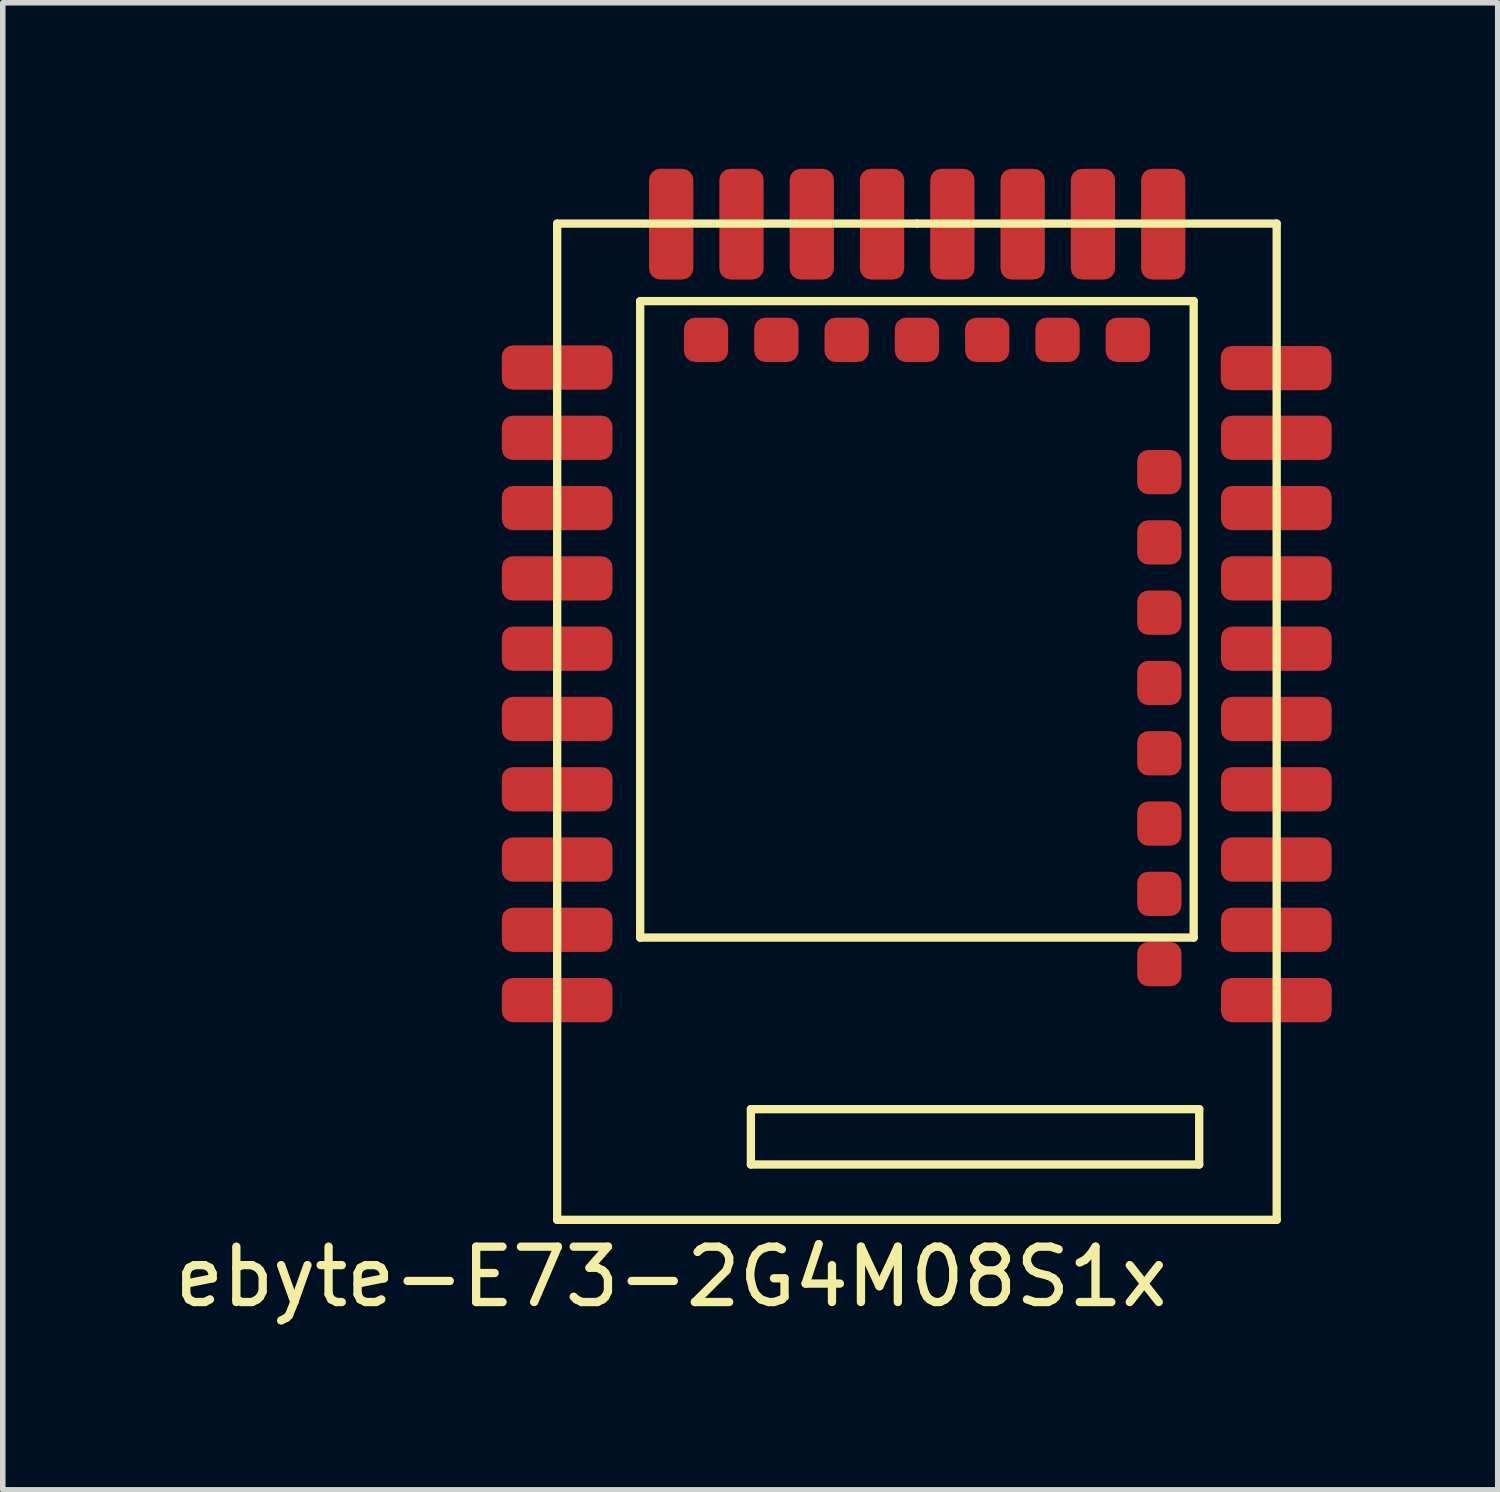
<source format=kicad_pcb>
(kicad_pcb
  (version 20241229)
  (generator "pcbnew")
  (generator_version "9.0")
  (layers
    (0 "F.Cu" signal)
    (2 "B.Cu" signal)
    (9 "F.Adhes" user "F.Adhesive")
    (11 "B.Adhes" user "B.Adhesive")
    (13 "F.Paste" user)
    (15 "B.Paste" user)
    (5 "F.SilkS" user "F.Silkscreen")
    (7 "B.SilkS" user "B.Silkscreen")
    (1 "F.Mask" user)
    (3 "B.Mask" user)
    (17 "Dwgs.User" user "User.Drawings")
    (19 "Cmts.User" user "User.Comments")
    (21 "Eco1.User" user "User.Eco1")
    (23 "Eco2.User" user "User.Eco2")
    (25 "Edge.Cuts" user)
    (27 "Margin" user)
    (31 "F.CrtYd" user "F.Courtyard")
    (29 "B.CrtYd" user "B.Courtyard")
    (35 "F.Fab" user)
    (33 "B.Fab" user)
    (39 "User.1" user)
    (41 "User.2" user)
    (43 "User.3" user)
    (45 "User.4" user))
  (footprint "ebyte-E73-2G4M08S1x"
    (layer "F.Cu")
    (at 13.517 9.99)
    (property "Reference" "ebyte-E73-2G4M08S1x" (at -4.44 10.03 0) (layer "F.SilkS") (effects (font (size 1 1) (thickness 0.15))))
    (attr through_hole)
    (fp_line (start -6.5 -9) (end -6.5 9) (stroke (width 0.15) (type solid)) (layer "F.SilkS"))
    (fp_line (start -6.5 9) (end 6.5 9) (stroke (width 0.15) (type solid)) (layer "F.SilkS"))
    (fp_line (start -5 -7.6) (end 5 -7.6) (stroke (width 0.15) (type solid)) (layer "F.SilkS"))
    (fp_line (start -5 3.9) (end -5 -7.6) (stroke (width 0.15) (type solid)) (layer "F.SilkS"))
    (fp_line (start -3 7) (end -3 8) (stroke (width 0.15) (type solid)) (layer "F.SilkS"))
    (fp_line (start -3 8) (end 5.1 8) (stroke (width 0.15) (type solid)) (layer "F.SilkS"))
    (fp_line (start 0 -9) (end -6.5 -9) (stroke (width 0.15) (type solid)) (layer "F.SilkS"))
    (fp_line (start 5 -7.6) (end 5 3.9) (stroke (width 0.15) (type solid)) (layer "F.SilkS"))
    (fp_line (start 5 3.9) (end -5 3.9) (stroke (width 0.15) (type solid)) (layer "F.SilkS"))
    (fp_line (start 5.1 7) (end -3 7) (stroke (width 0.15) (type solid)) (layer "F.SilkS"))
    (fp_line (start 5.1 8) (end 5.1 7) (stroke (width 0.15) (type solid)) (layer "F.SilkS"))
    (fp_line (start 6.5 -9) (end 0 -9) (stroke (width 0.15) (type solid)) (layer "F.SilkS"))
    (fp_line (start 6.5 9) (end 6.5 -9) (stroke (width 0.15) (type solid)) (layer "F.SilkS"))
    (pad "1" smd roundrect (at -6.5 5.03) (size 2 0.8) (layers "F.Cu" "F.Mask" "F.Paste") (roundrect_rratio 0.25))
    (pad "2" smd roundrect (at -6.5 3.76) (size 2 0.8) (layers "F.Cu" "F.Mask" "F.Paste") (roundrect_rratio 0.25))
    (pad "3" smd roundrect (at -6.5 2.49) (size 2 0.8) (layers "F.Cu" "F.Mask" "F.Paste") (roundrect_rratio 0.25))
    (pad "4" smd roundrect (at -6.5 1.22) (size 2 0.8) (layers "F.Cu" "F.Mask" "F.Paste") (roundrect_rratio 0.25))
    (pad "5" smd roundrect (at -6.5 -0.05) (size 2 0.8) (layers "F.Cu" "F.Mask" "F.Paste") (roundrect_rratio 0.25))
    (pad "6" smd roundrect (at -6.5 -1.32) (size 2 0.8) (layers "F.Cu" "F.Mask" "F.Paste") (roundrect_rratio 0.25))
    (pad "7" smd roundrect (at -6.5 -2.59) (size 2 0.8) (layers "F.Cu" "F.Mask" "F.Paste") (roundrect_rratio 0.25))
    (pad "8" smd roundrect (at -6.5 -3.86) (size 2 0.8) (layers "F.Cu" "F.Mask" "F.Paste") (roundrect_rratio 0.25))
    (pad "9" smd roundrect (at -6.5 -5.13) (size 2 0.8) (layers "F.Cu" "F.Mask" "F.Paste") (roundrect_rratio 0.25))
    (pad "10" smd roundrect (at -6.5 -6.4) (size 2 0.8) (layers "F.Cu" "F.Mask" "F.Paste") (roundrect_rratio 0.25))
    (pad "11" smd roundrect (at -4.44 -8.99 90) (size 2 0.8) (layers "F.Cu" "F.Mask" "F.Paste") (roundrect_rratio 0.25))
    (pad "12" smd roundrect (at -3.81 -6.9 90) (size 0.8 0.8) (layers "F.Cu" "F.Mask" "F.Paste") (roundrect_rratio 0.25))
    (pad "13" smd roundrect (at -3.17 -8.99 90) (size 2 0.8) (layers "F.Cu" "F.Mask" "F.Paste") (roundrect_rratio 0.25))
    (pad "14" smd roundrect (at -2.54 -6.9 90) (size 0.8 0.8) (layers "F.Cu" "F.Mask" "F.Paste") (roundrect_rratio 0.25))
    (pad "15" smd roundrect (at -1.9 -8.99 90) (size 2 0.8) (layers "F.Cu" "F.Mask" "F.Paste") (roundrect_rratio 0.25))
    (pad "16" smd roundrect (at -1.27 -6.9 90) (size 0.8 0.8) (layers "F.Cu" "F.Mask" "F.Paste") (roundrect_rratio 0.25))
    (pad "17" smd roundrect (at -0.63 -8.99 90) (size 2 0.8) (layers "F.Cu" "F.Mask" "F.Paste") (roundrect_rratio 0.25))
    (pad "18" smd roundrect (at 0 -6.9 90) (size 0.8 0.8) (layers "F.Cu" "F.Mask" "F.Paste") (roundrect_rratio 0.25))
    (pad "19" smd roundrect (at 0.64 -8.99 90) (size 2 0.8) (layers "F.Cu" "F.Mask" "F.Paste") (roundrect_rratio 0.25))
    (pad "20" smd roundrect (at 1.27 -6.9 90) (size 0.8 0.8) (layers "F.Cu" "F.Mask" "F.Paste") (roundrect_rratio 0.25))
    (pad "21" smd roundrect (at 1.91 -8.99 90) (size 2 0.8) (layers "F.Cu" "F.Mask" "F.Paste") (roundrect_rratio 0.25))
    (pad "22" smd roundrect (at 2.54 -6.9 90) (size 0.8 0.8) (layers "F.Cu" "F.Mask" "F.Paste") (roundrect_rratio 0.25))
    (pad "23" smd roundrect (at 3.18 -8.99 90) (size 2 0.8) (layers "F.Cu" "F.Mask" "F.Paste") (roundrect_rratio 0.25))
    (pad "24" smd roundrect (at 3.81 -6.9 90) (size 0.8 0.8) (layers "F.Cu" "F.Mask" "F.Paste") (roundrect_rratio 0.25))
    (pad "25" smd roundrect (at 4.45 -8.99 90) (size 2 0.8) (layers "F.Cu" "F.Mask" "F.Paste") (roundrect_rratio 0.25))
    (pad "26" smd roundrect (at 6.49 -6.39) (size 2 0.8) (layers "F.Cu" "F.Mask" "F.Paste") (roundrect_rratio 0.25))
    (pad "27" smd roundrect (at 6.494 -5.13) (size 2 0.8) (layers "F.Cu" "F.Mask" "F.Paste") (roundrect_rratio 0.25))
    (pad "28" smd roundrect (at 4.38 -4.51 90) (size 0.8 0.8) (layers "F.Cu" "F.Mask" "F.Paste") (roundrect_rratio 0.25))
    (pad "29" smd roundrect (at 6.494 -3.86) (size 2 0.8) (layers "F.Cu" "F.Mask" "F.Paste") (roundrect_rratio 0.25))
    (pad "30" smd roundrect (at 4.38 -3.24 90) (size 0.8 0.8) (layers "F.Cu" "F.Mask" "F.Paste") (roundrect_rratio 0.25))
    (pad "31" smd roundrect (at 6.494 -2.59) (size 2 0.8) (layers "F.Cu" "F.Mask" "F.Paste") (roundrect_rratio 0.25))
    (pad "32" smd roundrect (at 4.38 -1.97 90) (size 0.8 0.8) (layers "F.Cu" "F.Mask" "F.Paste") (roundrect_rratio 0.25))
    (pad "33" smd roundrect (at 6.494 -1.32) (size 2 0.8) (layers "F.Cu" "F.Mask" "F.Paste") (roundrect_rratio 0.25))
    (pad "34" smd roundrect (at 4.38 -0.7 90) (size 0.8 0.8) (layers "F.Cu" "F.Mask" "F.Paste") (roundrect_rratio 0.25))
    (pad "35" smd roundrect (at 6.494 -0.05) (size 2 0.8) (layers "F.Cu" "F.Mask" "F.Paste") (roundrect_rratio 0.25))
    (pad "36" smd roundrect (at 4.38 0.57 90) (size 0.8 0.8) (layers "F.Cu" "F.Mask" "F.Paste") (roundrect_rratio 0.25))
    (pad "37" smd roundrect (at 6.494 1.22) (size 2 0.8) (layers "F.Cu" "F.Mask" "F.Paste") (roundrect_rratio 0.25))
    (pad "38" smd roundrect (at 4.38 1.84 90) (size 0.8 0.8) (layers "F.Cu" "F.Mask" "F.Paste") (roundrect_rratio 0.25))
    (pad "39" smd roundrect (at 6.494 2.49) (size 2 0.8) (layers "F.Cu" "F.Mask" "F.Paste") (roundrect_rratio 0.25))
    (pad "40" smd roundrect (at 4.38 3.11 90) (size 0.8 0.8) (layers "F.Cu" "F.Mask" "F.Paste") (roundrect_rratio 0.25))
    (pad "41" smd roundrect (at 6.494 3.76) (size 2 0.8) (layers "F.Cu" "F.Mask" "F.Paste") (roundrect_rratio 0.25))
    (pad "42" smd roundrect (at 4.38 4.38 90) (size 0.8 0.8) (layers "F.Cu" "F.Mask" "F.Paste") (roundrect_rratio 0.25))
    (pad "43" smd roundrect (at 6.494 5.03) (size 2 0.8) (layers "F.Cu" "F.Mask" "F.Paste") (roundrect_rratio 0.25)))
  (gr_rect
    (start -3 -3)
    (end 24.011 23.868)
    (stroke (width 0.1) (type default))
    (fill no)
    (layer "Edge.Cuts")))
</source>
